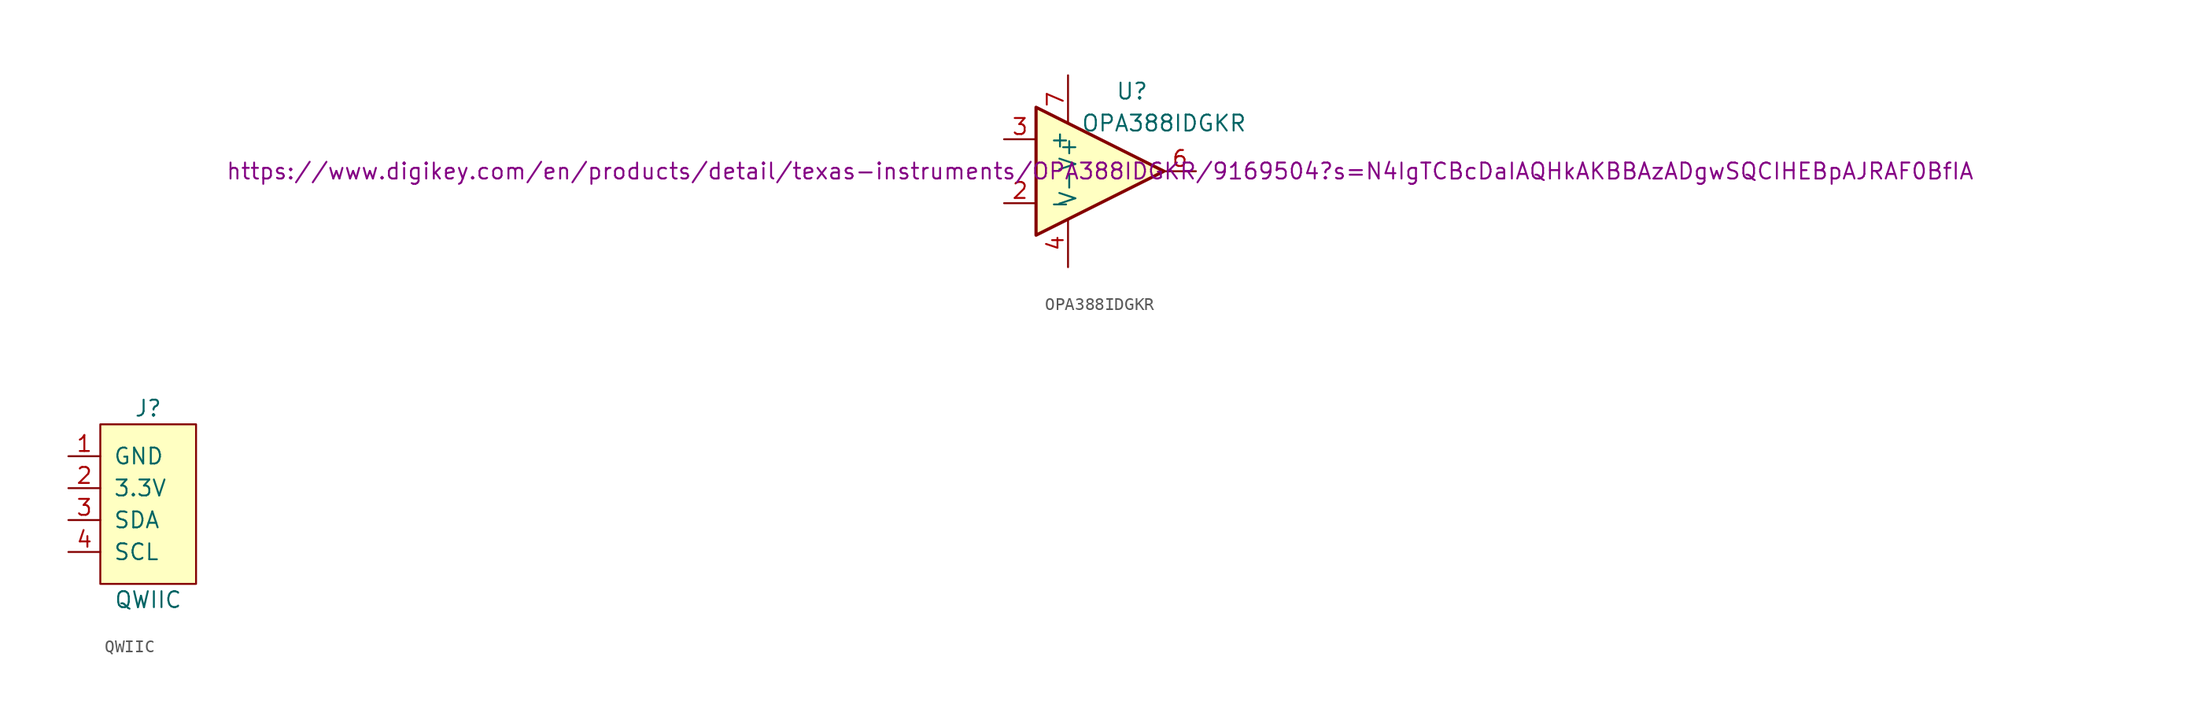
<source format=kicad_sym>
(kicad_symbol_lib
  (version 20211014)
  (generator kicad_symbol_editor)
  (symbol "OPA388IDGKR"
    (pin_names
      (offset 1.016))
    (property "Reference" "U"
      (at 2.54 6.35 0)
      (effects (font (size 1.27 1.27))))
    (property "Value" "OPA388IDGKR"
      (at 5.08 3.81 0)
      (effects (font (size 1.27 1.27))))
    (property "Supplier 1 Link" "https://www.digikey.com/en/products/detail/texas-instruments/OPA388IDGKR/9169504?s=N4IgTCBcDaIAQHkAKBBAzADgwSQCIHEBpAJRAF0BfIA"
      (at 0 0 0)
      (effects (font (size 1.27 1.27))))
    (symbol "OPA388IDGKR_1_1"
      (polyline (pts (xy -5.08 5.08) (xy 5.08 0) (xy -5.08 -5.08) (xy -5.08 5.08)) (stroke (width 0.254) (type default) (color 0 0 0 0)) (fill (type background)))
      (pin no_connect line (at -2.54 2.54 270) (length 2.54) hide (name "NC" (effects (font (size 1.27 1.27)))) (number "1" (effects (font (size 1.27 1.27)))))
      (pin input line (at -7.62 -2.54 0) (length 2.54) (name "-" (effects (font (size 1.27 1.27)))) (number "2" (effects (font (size 1.27 1.27)))))
      (pin input line (at -7.62 2.54 0) (length 2.54) (name "+" (effects (font (size 1.27 1.27)))) (number "3" (effects (font (size 1.27 1.27)))))
      (pin power_in line (at -2.54 -7.62 90) (length 3.81) (name "V-" (effects (font (size 1.27 1.27)))) (number "4" (effects (font (size 1.27 1.27)))))
      (pin no_connect line (at 0 2.54 270) (length 2.54) hide (name "NC" (effects (font (size 1.27 1.27)))) (number "5" (effects (font (size 1.27 1.27)))))
      (pin output line (at 7.62 0 180) (length 2.54) (name "~" (effects (font (size 1.27 1.27)))) (number "6" (effects (font (size 1.27 1.27)))))
      (pin power_in line (at -2.54 7.62 270) (length 3.81) (name "V+" (effects (font (size 1.27 1.27)))) (number "7" (effects (font (size 1.27 1.27)))))
      (pin no_connect line (at 0 -2.54 90) (length 2.54) hide (name "NC" (effects (font (size 1.27 1.27)))) (number "8" (effects (font (size 1.27 1.27)))))))
  (symbol "QWIIC"
    (pin_names
      (offset 1.016))
    (property "Reference" "J"
      (at 0 7.62 0)
      (effects (font (size 1.27 1.27))))
    (property "Value" "QWIIC"
      (at 0 -7.62 0)
      (effects (font (size 1.27 1.27))))
    (symbol "QWIIC_0_1"
      (rectangle (start -3.81 6.35) (end 3.81 -6.35) (stroke (width 0) (type default) (color 0 0 0 0)) (fill (type background))))
    (symbol "QWIIC_1_1"
      (pin power_in line (at -6.35 3.81 0) (length 2.54) (name "GND" (effects (font (size 1.27 1.27)))) (number "1" (effects (font (size 1.27 1.27)))))
      (pin power_in line (at -6.35 1.27 0) (length 2.54) (name "3.3V" (effects (font (size 1.27 1.27)))) (number "2" (effects (font (size 1.27 1.27)))))
      (pin bidirectional line (at -6.35 -1.27 0) (length 2.54) (name "SDA" (effects (font (size 1.27 1.27)))) (number "3" (effects (font (size 1.27 1.27)))))
      (pin bidirectional line (at -6.35 -3.81 0) (length 2.54) (name "SCL" (effects (font (size 1.27 1.27)))) (number "4" (effects (font (size 1.27 1.27))))))))
</source>
